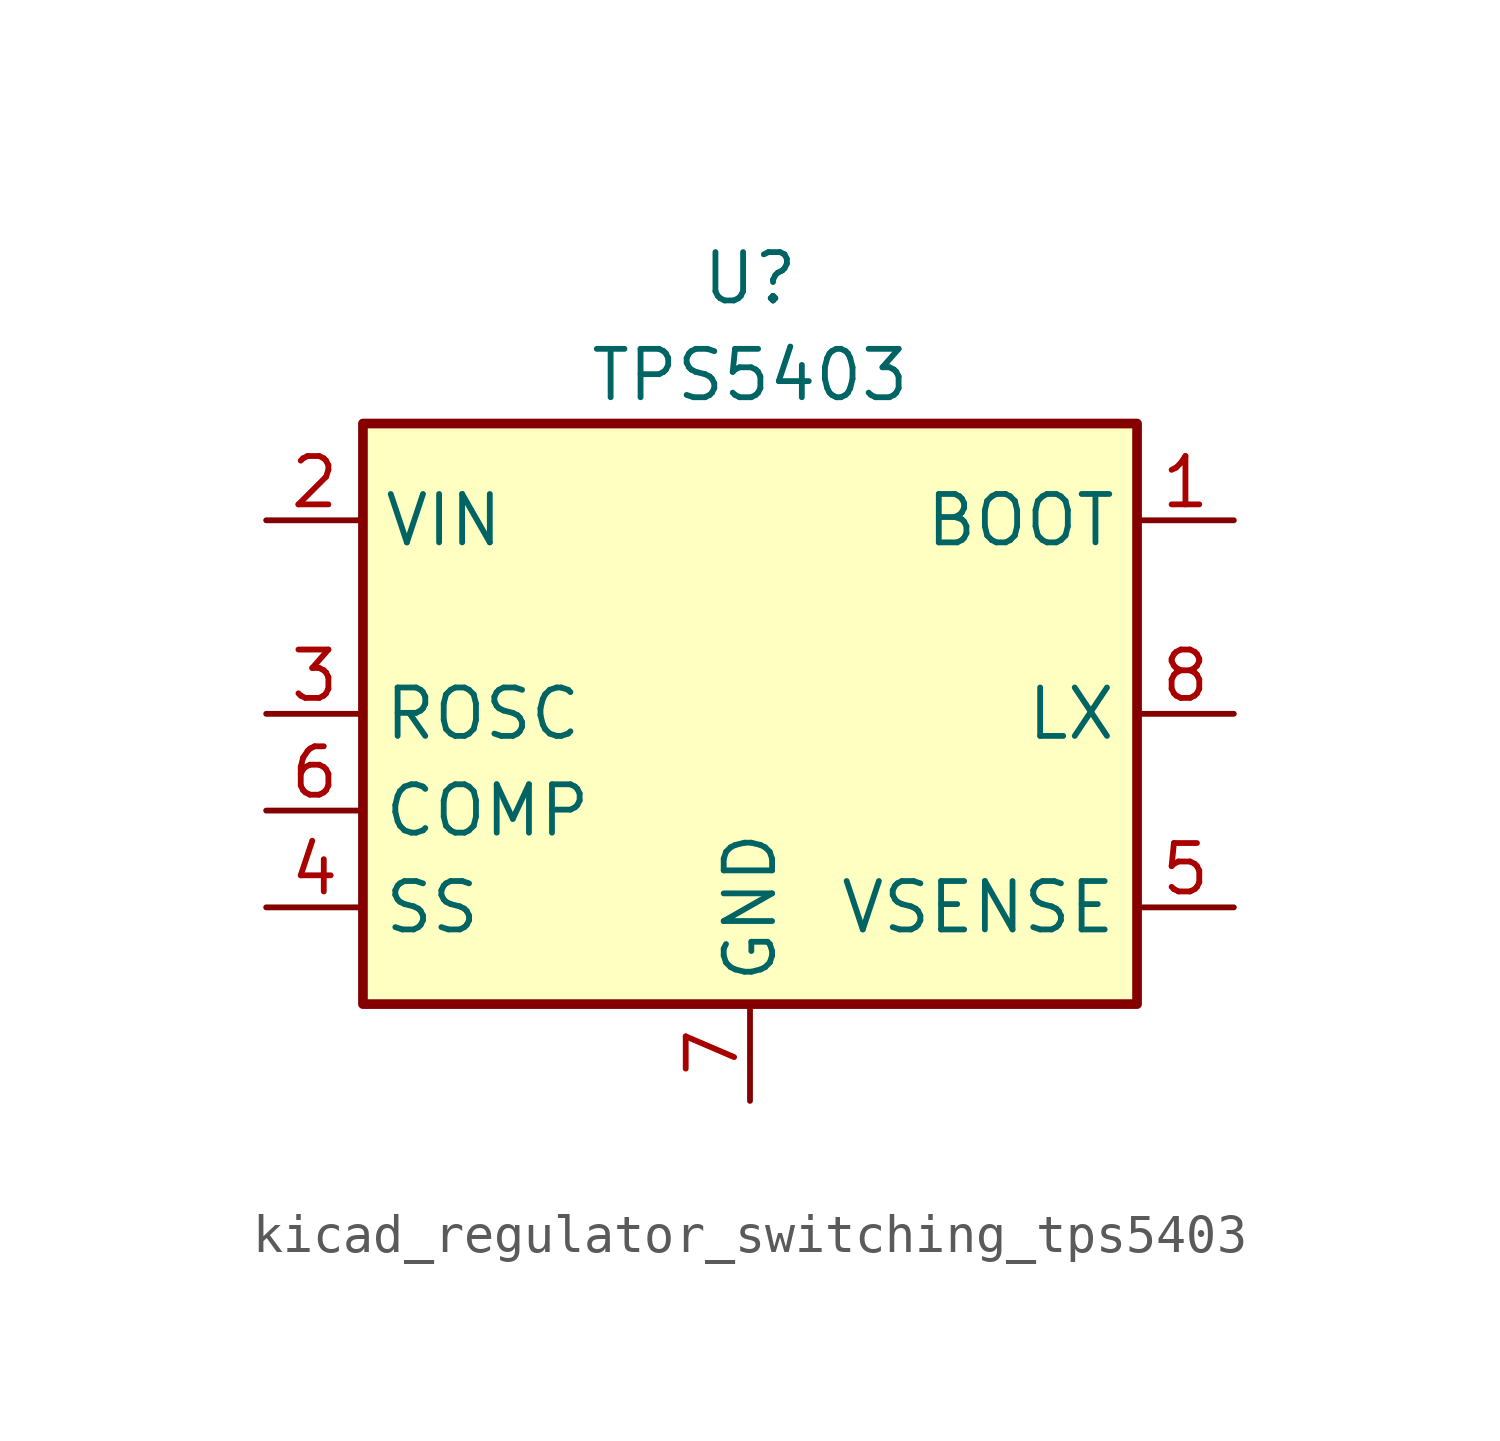
<source format=kicad_sym>
(kicad_symbol_lib
  (version 20220914)
  (generator kicad_symbol_editor)
  (symbol "kicad_regulator_switching_tps5403"
    (property "Reference" "U"
      (at 0 11.43 0)
      (effects (font (size 1.27 1.27))))
    (property "Value" "TPS5403"
      (at 0 8.89 0)
      (effects (font (size 1.27 1.27))))
    (symbol "kicad_regulator_switching_tps5403_1_1"
      (rectangle (start -10.16 7.62) (end 10.16 -7.62) (stroke (width 0.254) (type default)) (fill (type background)))
      (pin passive line (at 12.7 5.08 180) (length 2.54) (name "BOOT" (effects (font (size 1.27 1.27)))) (number "1" (effects (font (size 1.27 1.27)))))
      (pin power_in line (at -12.7 5.08 0) (length 2.54) (name "VIN" (effects (font (size 1.27 1.27)))) (number "2" (effects (font (size 1.27 1.27)))))
      (pin passive line (at -12.7 0 0) (length 2.54) (name "ROSC" (effects (font (size 1.27 1.27)))) (number "3" (effects (font (size 1.27 1.27)))))
      (pin passive line (at -12.7 -5.08 0) (length 2.54) (name "SS" (effects (font (size 1.27 1.27)))) (number "4" (effects (font (size 1.27 1.27)))))
      (pin input line (at 12.7 -5.08 180) (length 2.54) (name "VSENSE" (effects (font (size 1.27 1.27)))) (number "5" (effects (font (size 1.27 1.27)))))
      (pin passive line (at -12.7 -2.54 0) (length 2.54) (name "COMP" (effects (font (size 1.27 1.27)))) (number "6" (effects (font (size 1.27 1.27)))))
      (pin power_in line (at 0 -10.16 90) (length 2.54) (name "GND" (effects (font (size 1.27 1.27)))) (number "7" (effects (font (size 1.27 1.27)))))
      (pin output line (at 12.7 0 180) (length 2.54) (name "LX" (effects (font (size 1.27 1.27)))) (number "8" (effects (font (size 1.27 1.27))))))))
</source>
